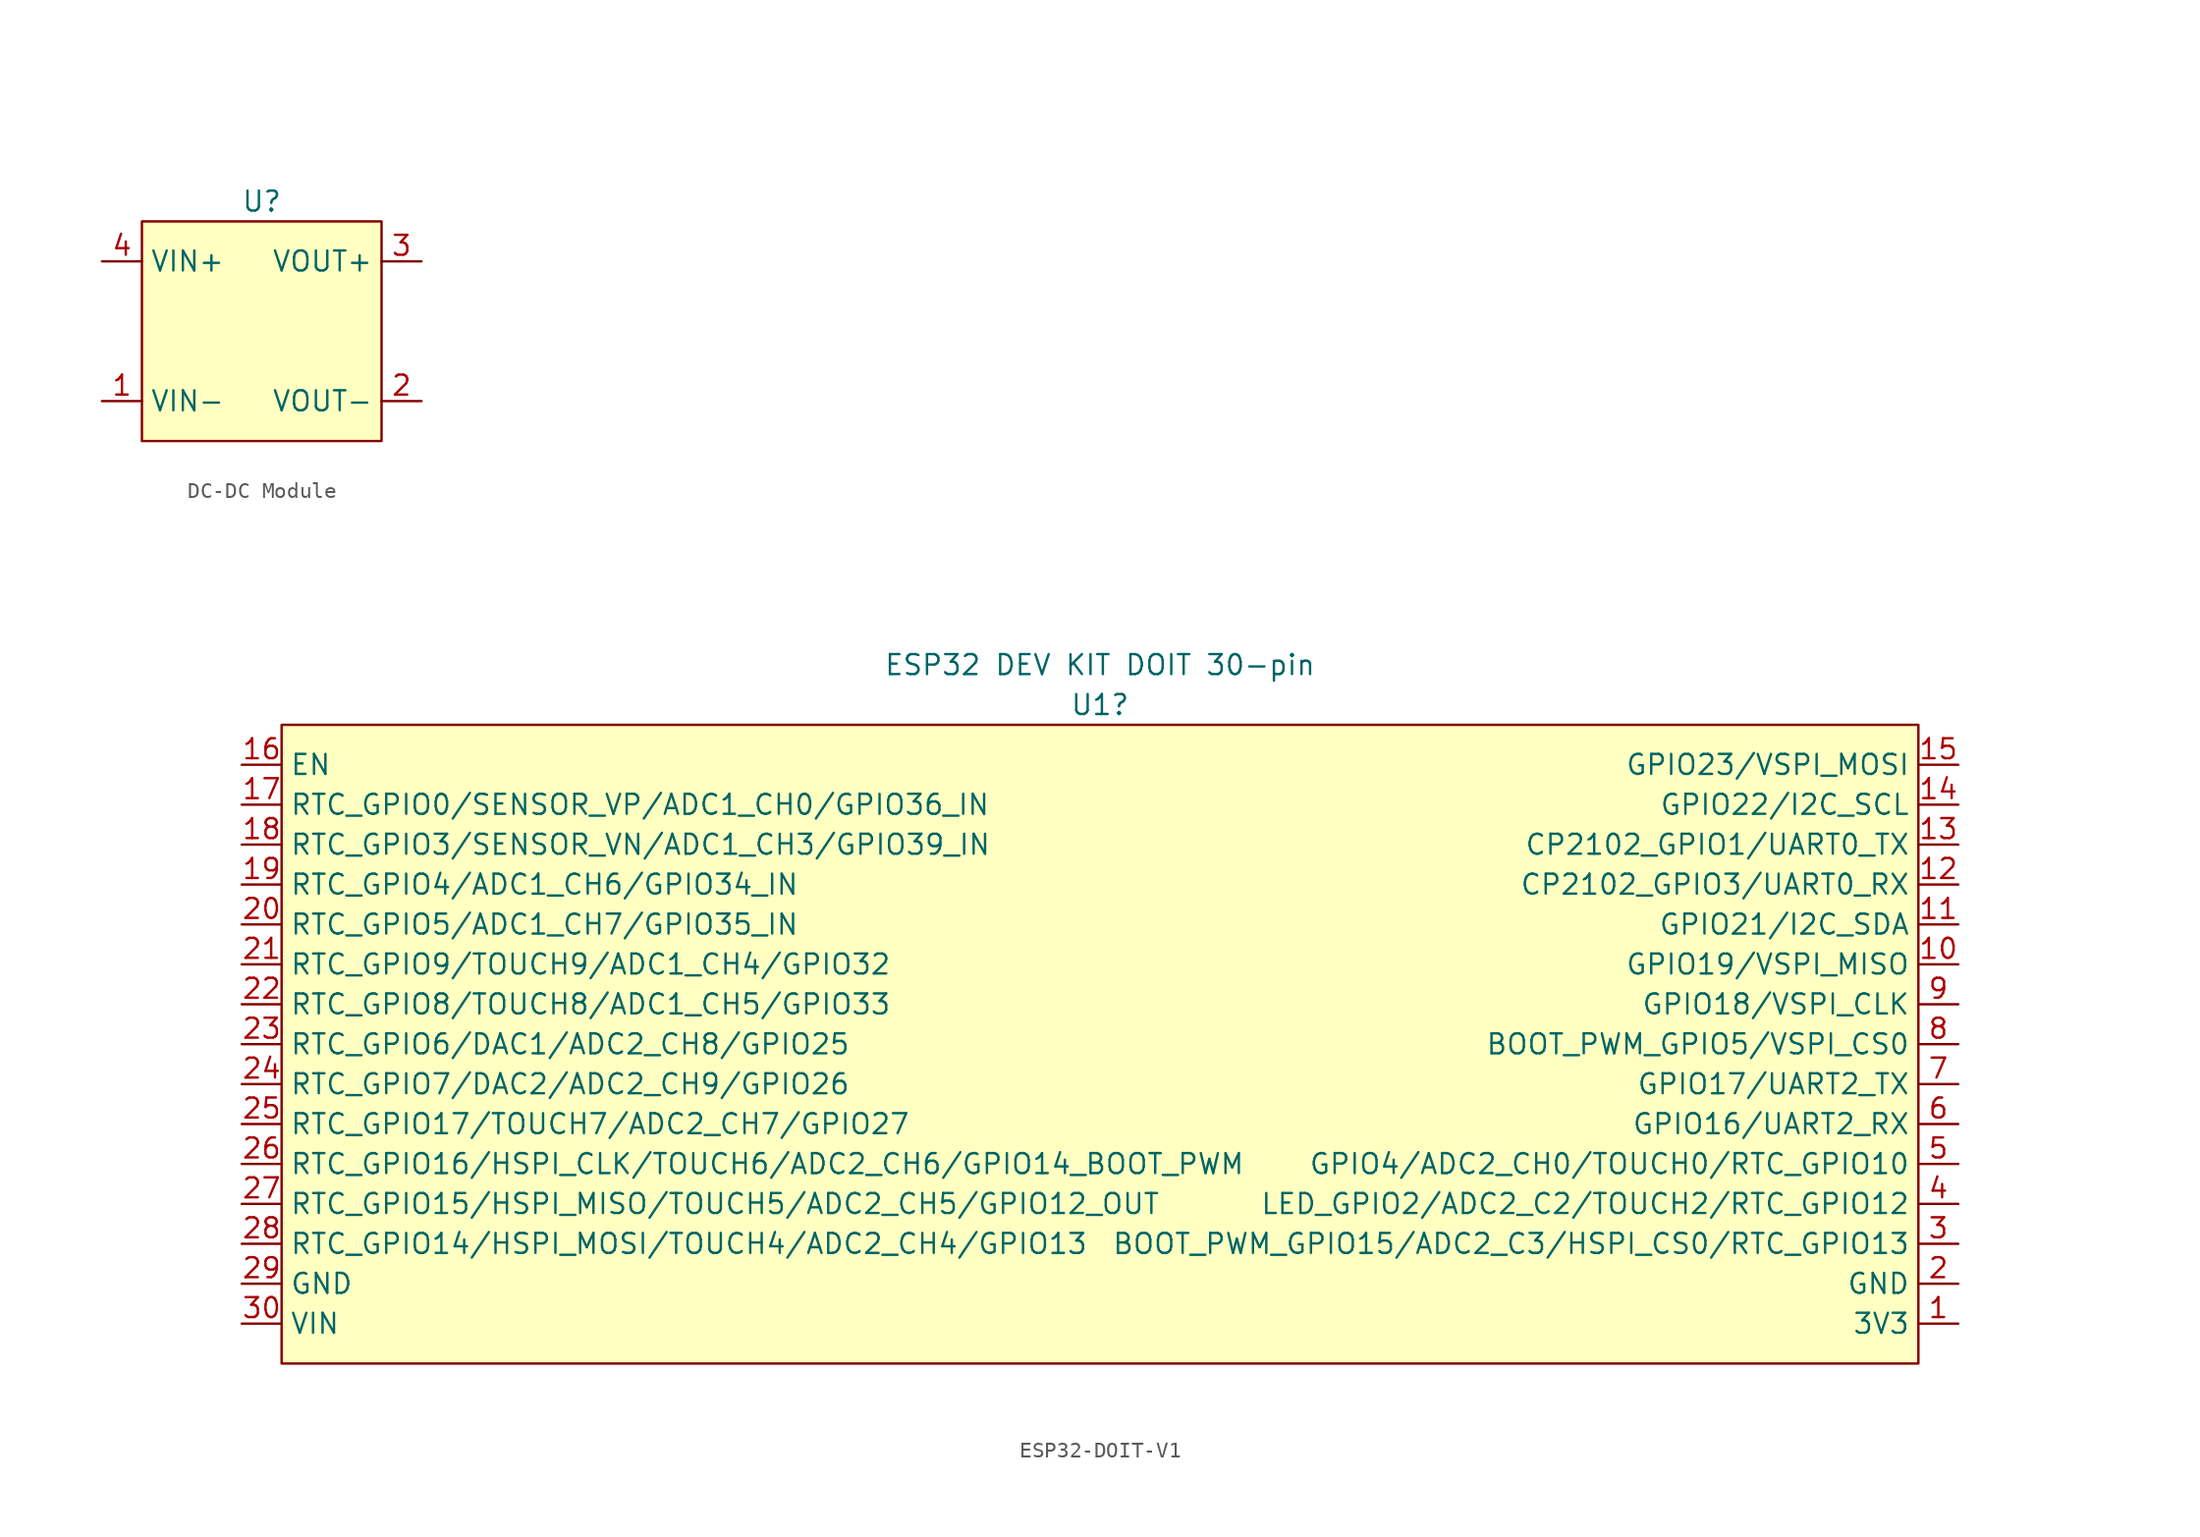
<source format=kicad_sym>
(kicad_symbol_lib
  (version 20220914)
  (generator kicad_symbol_editor)
  (symbol "DC-DC Module"
    (property "Reference" "U"
      (at 0 -1.27 0)
      (effects (font (size 1.27 1.27))))
    (property "Value" ""
      (at -0.635 5.08 0)
      (effects (font (size 1.27 1.27))))
    (symbol "DC-DC Module_1_1"
      (rectangle (start -7.62 -2.54) (end 7.62 -16.51) (stroke (width 0) (type default)) (fill (type background)))
      (pin passive line (at -10.16 -13.97 0) (length 2.54) (name "VIN-" (effects (font (size 1.27 1.27)))) (number "1" (effects (font (size 1.27 1.27)))))
      (pin passive line (at 10.16 -13.97 180) (length 2.54) (name "VOUT-" (effects (font (size 1.27 1.27)))) (number "2" (effects (font (size 1.27 1.27)))))
      (pin power_out line (at 10.16 -5.08 180) (length 2.54) (name "VOUT+" (effects (font (size 1.27 1.27)))) (number "3" (effects (font (size 1.27 1.27)))))
      (pin power_in line (at -10.16 -5.08 0) (length 2.54) (name "VIN+" (effects (font (size 1.27 1.27)))) (number "4" (effects (font (size 1.27 1.27)))))))
  (symbol "ESP32-DOIT-V1"
    (property "Reference" "U1"
      (at -1.27 21.59 0)
      (effects (font (size 1.27 1.27))))
    (property "Value" "ESP32 DEV KIT DOIT 30-pin"
      (at -1.27 24.13 0)
      (effects (font (size 1.27 1.27))))
    (symbol "ESP32-DOIT-V1_1_1"
      (rectangle (start -53.34 20.32) (end 50.8 -20.32) (stroke (width 0) (type default)) (fill (type background)))
      (pin power_out line (at 53.34 -17.78 180) (length 2.54) (name "3V3" (effects (font (size 1.27 1.27)))) (number "1" (effects (font (size 1.27 1.27)))))
      (pin bidirectional line (at 53.34 5.08 180) (length 2.54) (name "GPIO19/VSPI_MISO" (effects (font (size 1.27 1.27)))) (number "10" (effects (font (size 1.27 1.27)))))
      (pin bidirectional line (at 53.34 7.62 180) (length 2.54) (name "GPIO21/I2C_SDA" (effects (font (size 1.27 1.27)))) (number "11" (effects (font (size 1.27 1.27)))))
      (pin bidirectional line (at 53.34 10.16 180) (length 2.54) (name "CP2102_GPIO3/UART0_RX" (effects (font (size 1.27 1.27)))) (number "12" (effects (font (size 1.27 1.27)))))
      (pin bidirectional line (at 53.34 12.7 180) (length 2.54) (name "CP2102_GPIO1/UART0_TX" (effects (font (size 1.27 1.27)))) (number "13" (effects (font (size 1.27 1.27)))))
      (pin bidirectional line (at 53.34 15.24 180) (length 2.54) (name "GPIO22/I2C_SCL" (effects (font (size 1.27 1.27)))) (number "14" (effects (font (size 1.27 1.27)))))
      (pin bidirectional line (at 53.34 17.78 180) (length 2.54) (name "GPIO23/VSPI_MOSI" (effects (font (size 1.27 1.27)))) (number "15" (effects (font (size 1.27 1.27)))))
      (pin bidirectional line (at -55.88 17.78 0) (length 2.54) (name "EN" (effects (font (size 1.27 1.27)))) (number "16" (effects (font (size 1.27 1.27)))))
      (pin bidirectional line (at -55.88 15.24 0) (length 2.54) (name "RTC_GPIO0/SENSOR_VP/ADC1_CH0/GPIO36_IN" (effects (font (size 1.27 1.27)))) (number "17" (effects (font (size 1.27 1.27)))))
      (pin bidirectional line (at -55.88 12.7 0) (length 2.54) (name "RTC_GPIO3/SENSOR_VN/ADC1_CH3/GPIO39_IN" (effects (font (size 1.27 1.27)))) (number "18" (effects (font (size 1.27 1.27)))))
      (pin bidirectional line (at -55.88 10.16 0) (length 2.54) (name "RTC_GPIO4/ADC1_CH6/GPIO34_IN" (effects (font (size 1.27 1.27)))) (number "19" (effects (font (size 1.27 1.27)))))
      (pin passive line (at 53.34 -15.24 180) (length 2.54) (name "GND" (effects (font (size 1.27 1.27)))) (number "2" (effects (font (size 1.27 1.27)))))
      (pin bidirectional line (at -55.88 7.62 0) (length 2.54) (name "RTC_GPIO5/ADC1_CH7/GPIO35_IN" (effects (font (size 1.27 1.27)))) (number "20" (effects (font (size 1.27 1.27)))))
      (pin bidirectional line (at -55.88 5.08 0) (length 2.54) (name "RTC_GPIO9/TOUCH9/ADC1_CH4/GPIO32" (effects (font (size 1.27 1.27)))) (number "21" (effects (font (size 1.27 1.27)))))
      (pin bidirectional line (at -55.88 2.54 0) (length 2.54) (name "RTC_GPIO8/TOUCH8/ADC1_CH5/GPIO33" (effects (font (size 1.27 1.27)))) (number "22" (effects (font (size 1.27 1.27)))))
      (pin bidirectional line (at -55.88 0 0) (length 2.54) (name "RTC_GPIO6/DAC1/ADC2_CH8/GPIO25" (effects (font (size 1.27 1.27)))) (number "23" (effects (font (size 1.27 1.27)))))
      (pin bidirectional line (at -55.88 -2.54 0) (length 2.54) (name "RTC_GPIO7/DAC2/ADC2_CH9/GPIO26" (effects (font (size 1.27 1.27)))) (number "24" (effects (font (size 1.27 1.27)))))
      (pin bidirectional line (at -55.88 -5.08 0) (length 2.54) (name "RTC_GPIO17/TOUCH7/ADC2_CH7/GPIO27" (effects (font (size 1.27 1.27)))) (number "25" (effects (font (size 1.27 1.27)))))
      (pin bidirectional line (at -55.88 -7.62 0) (length 2.54) (name "RTC_GPIO16/HSPI_CLK/TOUCH6/ADC2_CH6/GPIO14_BOOT_PWM" (effects (font (size 1.27 1.27)))) (number "26" (effects (font (size 1.27 1.27)))))
      (pin bidirectional line (at -55.88 -10.16 0) (length 2.54) (name "RTC_GPIO15/HSPI_MISO/TOUCH5/ADC2_CH5/GPIO12_OUT" (effects (font (size 1.27 1.27)))) (number "27" (effects (font (size 1.27 1.27)))))
      (pin bidirectional line (at -55.88 -12.7 0) (length 2.54) (name "RTC_GPIO14/HSPI_MOSI/TOUCH4/ADC2_CH4/GPIO13" (effects (font (size 1.27 1.27)))) (number "28" (effects (font (size 1.27 1.27)))))
      (pin passive line (at -55.88 -15.24 0) (length 2.54) (name "GND" (effects (font (size 1.27 1.27)))) (number "29" (effects (font (size 1.27 1.27)))))
      (pin bidirectional line (at 53.34 -12.7 180) (length 2.54) (name "BOOT_PWM_GPIO15/ADC2_C3/HSPI_CS0/RTC_GPIO13" (effects (font (size 1.27 1.27)))) (number "3" (effects (font (size 1.27 1.27)))))
      (pin power_in line (at -55.88 -17.78 0) (length 2.54) (name "VIN" (effects (font (size 1.27 1.27)))) (number "30" (effects (font (size 1.27 1.27)))))
      (pin bidirectional line (at 53.34 -10.16 180) (length 2.54) (name "LED_GPIO2/ADC2_C2/TOUCH2/RTC_GPIO12" (effects (font (size 1.27 1.27)))) (number "4" (effects (font (size 1.27 1.27)))))
      (pin bidirectional line (at 53.34 -7.62 180) (length 2.54) (name "GPIO4/ADC2_CH0/TOUCH0/RTC_GPIO10" (effects (font (size 1.27 1.27)))) (number "5" (effects (font (size 1.27 1.27)))))
      (pin bidirectional line (at 53.34 -5.08 180) (length 2.54) (name "GPIO16/UART2_RX" (effects (font (size 1.27 1.27)))) (number "6" (effects (font (size 1.27 1.27)))))
      (pin bidirectional line (at 53.34 -2.54 180) (length 2.54) (name "GPIO17/UART2_TX" (effects (font (size 1.27 1.27)))) (number "7" (effects (font (size 1.27 1.27)))))
      (pin bidirectional line (at 53.34 0 180) (length 2.54) (name "BOOT_PWM_GPIO5/VSPI_CS0" (effects (font (size 1.27 1.27)))) (number "8" (effects (font (size 1.27 1.27)))))
      (pin bidirectional line (at 53.34 2.54 180) (length 2.54) (name "GPIO18/VSPI_CLK" (effects (font (size 1.27 1.27)))) (number "9" (effects (font (size 1.27 1.27))))))))
</source>
